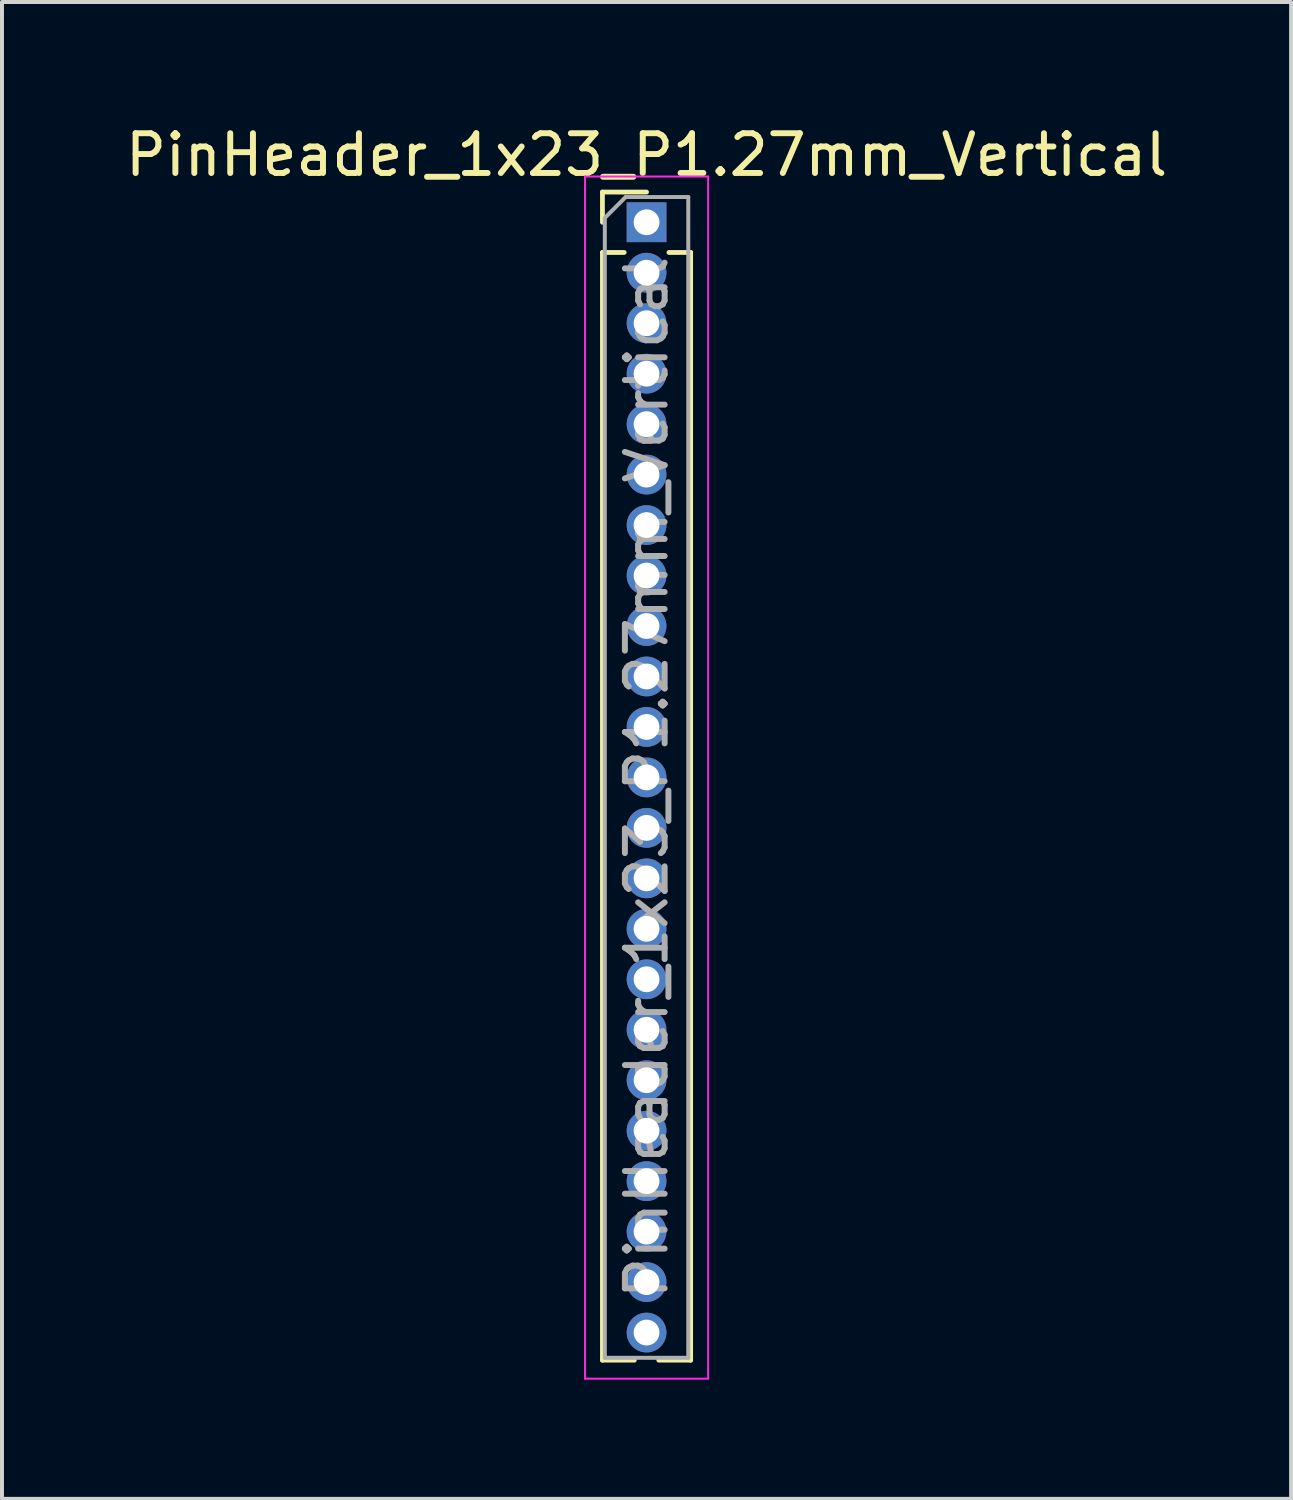
<source format=kicad_pcb>
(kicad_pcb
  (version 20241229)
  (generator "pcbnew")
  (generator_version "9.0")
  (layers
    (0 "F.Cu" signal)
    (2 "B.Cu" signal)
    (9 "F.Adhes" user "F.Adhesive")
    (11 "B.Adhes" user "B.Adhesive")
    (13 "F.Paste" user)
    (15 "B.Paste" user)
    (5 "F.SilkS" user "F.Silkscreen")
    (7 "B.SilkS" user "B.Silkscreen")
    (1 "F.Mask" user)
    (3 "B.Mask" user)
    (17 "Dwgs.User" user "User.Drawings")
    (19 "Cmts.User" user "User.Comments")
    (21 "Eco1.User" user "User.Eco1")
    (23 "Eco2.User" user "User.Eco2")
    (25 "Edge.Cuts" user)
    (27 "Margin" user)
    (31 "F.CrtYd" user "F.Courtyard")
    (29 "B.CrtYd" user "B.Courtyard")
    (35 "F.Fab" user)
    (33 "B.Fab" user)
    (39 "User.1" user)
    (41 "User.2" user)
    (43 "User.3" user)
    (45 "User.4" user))
  (footprint "PinHeader_1x23_P1.27mm_Vertical"
    (layer "F.Cu")
    (at 13.22 2.543)
    (property "Reference" "PinHeader_1x23_P1.27mm_Vertical" (at 0 -1.695 0) (layer "F.SilkS") (effects (font (size 1 1) (thickness 0.15))))
    (attr through_hole)
    (fp_line (start -1.11 -0.76) (end 0 -0.76) (stroke (width 0.12) (type solid)) (layer "F.SilkS"))
    (fp_line (start -1.11 0) (end -1.11 -0.76) (stroke (width 0.12) (type solid)) (layer "F.SilkS"))
    (fp_line (start -1.11 0.76) (end -1.11 28.635) (stroke (width 0.12) (type solid)) (layer "F.SilkS"))
    (fp_line (start -1.11 0.76) (end -0.563 0.76) (stroke (width 0.12) (type solid)) (layer "F.SilkS"))
    (fp_line (start -1.11 28.635) (end -0.308 28.635) (stroke (width 0.12) (type solid)) (layer "F.SilkS"))
    (fp_line (start 0.308 28.635) (end 1.11 28.635) (stroke (width 0.12) (type solid)) (layer "F.SilkS"))
    (fp_line (start 0.563 0.76) (end 1.11 0.76) (stroke (width 0.12) (type solid)) (layer "F.SilkS"))
    (fp_line (start 1.11 0.76) (end 1.11 28.635) (stroke (width 0.12) (type solid)) (layer "F.SilkS"))
    (fp_line (start -1.55 -1.15) (end -1.55 29.1) (stroke (width 0.05) (type solid)) (layer "F.CrtYd"))
    (fp_line (start -1.55 29.1) (end 1.55 29.1) (stroke (width 0.05) (type solid)) (layer "F.CrtYd"))
    (fp_line (start 1.55 -1.15) (end -1.55 -1.15) (stroke (width 0.05) (type solid)) (layer "F.CrtYd"))
    (fp_line (start 1.55 29.1) (end 1.55 -1.15) (stroke (width 0.05) (type solid)) (layer "F.CrtYd"))
    (fp_line (start -1.05 -0.11) (end -0.525 -0.635) (stroke (width 0.1) (type solid)) (layer "F.Fab"))
    (fp_line (start -1.05 28.575) (end -1.05 -0.11) (stroke (width 0.1) (type solid)) (layer "F.Fab"))
    (fp_line (start -0.525 -0.635) (end 1.05 -0.635) (stroke (width 0.1) (type solid)) (layer "F.Fab"))
    (fp_line (start 1.05 -0.635) (end 1.05 28.575) (stroke (width 0.1) (type solid)) (layer "F.Fab"))
    (fp_line (start 1.05 28.575) (end -1.05 28.575) (stroke (width 0.1) (type solid)) (layer "F.Fab"))
    (fp_text user "${REFERENCE}" (at 0 13.97 90) (layer "F.Fab") (effects (font (size 1 1) (thickness 0.15))))
    (pad "1" thru_hole rect (at 0 0) (size 1 1) (drill 0.65) (layers "*.Cu" "*.Mask"))
    (pad "2" thru_hole oval (at 0 1.27) (size 1 1) (drill 0.65) (layers "*.Cu" "*.Mask"))
    (pad "3" thru_hole oval (at 0 2.54) (size 1 1) (drill 0.65) (layers "*.Cu" "*.Mask"))
    (pad "4" thru_hole oval (at 0 3.81) (size 1 1) (drill 0.65) (layers "*.Cu" "*.Mask"))
    (pad "5" thru_hole oval (at 0 5.08) (size 1 1) (drill 0.65) (layers "*.Cu" "*.Mask"))
    (pad "6" thru_hole oval (at 0 6.35) (size 1 1) (drill 0.65) (layers "*.Cu" "*.Mask"))
    (pad "7" thru_hole oval (at 0 7.62) (size 1 1) (drill 0.65) (layers "*.Cu" "*.Mask"))
    (pad "8" thru_hole oval (at 0 8.89) (size 1 1) (drill 0.65) (layers "*.Cu" "*.Mask"))
    (pad "9" thru_hole oval (at 0 10.16) (size 1 1) (drill 0.65) (layers "*.Cu" "*.Mask"))
    (pad "10" thru_hole oval (at 0 11.43) (size 1 1) (drill 0.65) (layers "*.Cu" "*.Mask"))
    (pad "11" thru_hole oval (at 0 12.7) (size 1 1) (drill 0.65) (layers "*.Cu" "*.Mask"))
    (pad "12" thru_hole oval (at 0 13.97) (size 1 1) (drill 0.65) (layers "*.Cu" "*.Mask"))
    (pad "13" thru_hole oval (at 0 15.24) (size 1 1) (drill 0.65) (layers "*.Cu" "*.Mask"))
    (pad "14" thru_hole oval (at 0 16.51) (size 1 1) (drill 0.65) (layers "*.Cu" "*.Mask"))
    (pad "15" thru_hole oval (at 0 17.78) (size 1 1) (drill 0.65) (layers "*.Cu" "*.Mask"))
    (pad "16" thru_hole oval (at 0 19.05) (size 1 1) (drill 0.65) (layers "*.Cu" "*.Mask"))
    (pad "17" thru_hole oval (at 0 20.32) (size 1 1) (drill 0.65) (layers "*.Cu" "*.Mask"))
    (pad "18" thru_hole oval (at 0 21.59) (size 1 1) (drill 0.65) (layers "*.Cu" "*.Mask"))
    (pad "19" thru_hole oval (at 0 22.86) (size 1 1) (drill 0.65) (layers "*.Cu" "*.Mask"))
    (pad "20" thru_hole oval (at 0 24.13) (size 1 1) (drill 0.65) (layers "*.Cu" "*.Mask"))
    (pad "21" thru_hole oval (at 0 25.4) (size 1 1) (drill 0.65) (layers "*.Cu" "*.Mask"))
    (pad "22" thru_hole oval (at 0 26.67) (size 1 1) (drill 0.65) (layers "*.Cu" "*.Mask"))
    (pad "23" thru_hole oval (at 0 27.94) (size 1 1) (drill 0.65) (layers "*.Cu" "*.Mask")))
  (gr_rect
    (start -3 -3)
    (end 29.44 34.668)
    (stroke (width 0.1) (type default))
    (fill no)
    (layer "Edge.Cuts")))
</source>
